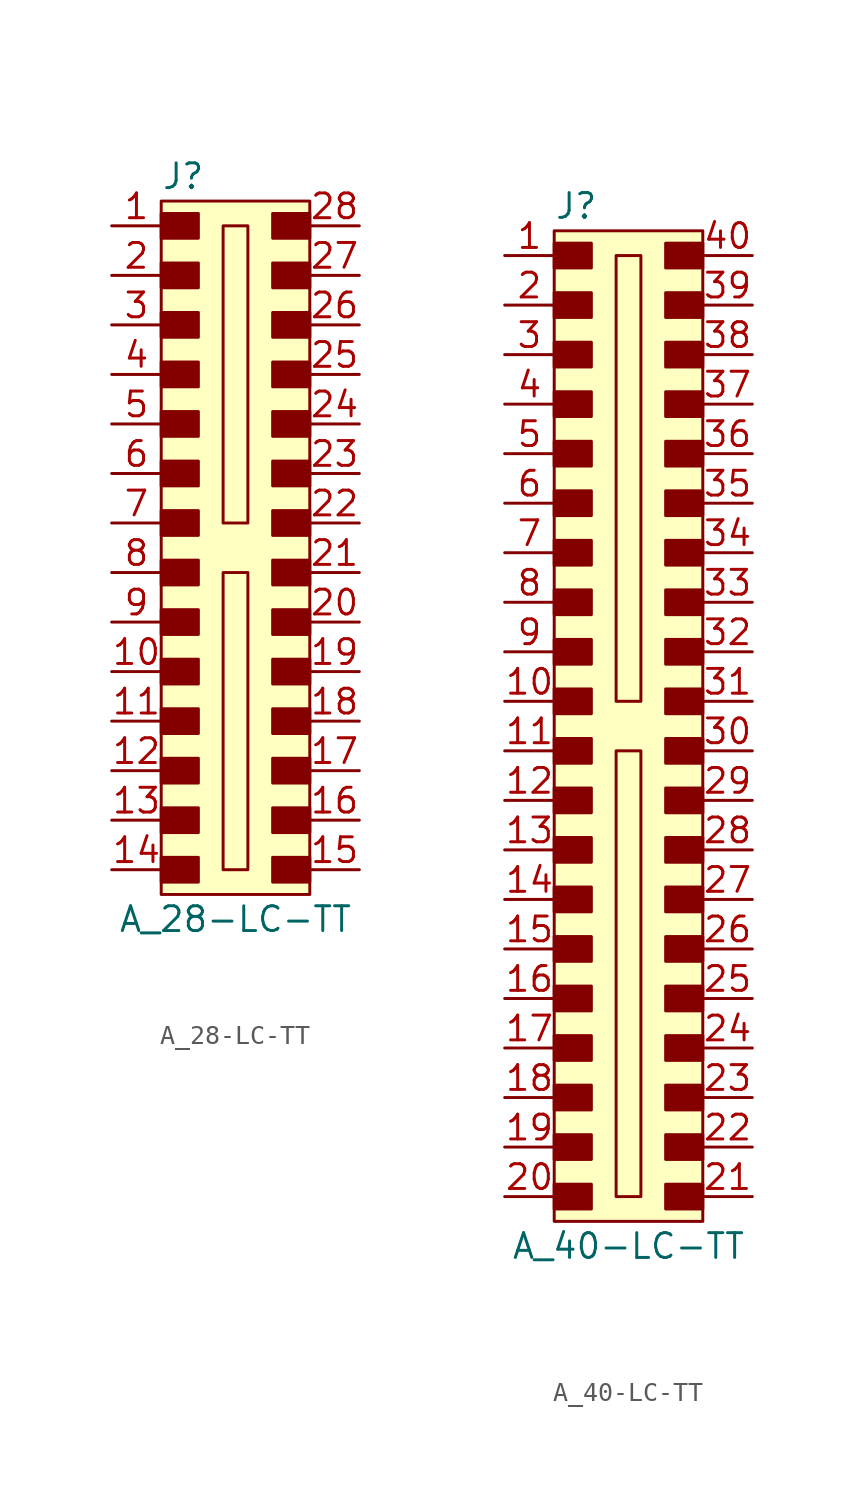
<source format=kicad_sym>
(kicad_symbol_lib
  (version 20201005)
  (generator kicad_symbol_editor)
  (symbol "A_28-LC-TT"
    (pin_names
      (offset 1.016))
    (property "Reference" "J"
      (at -3.81 19.05 0)
      (effects (font (size 1.27 1.27)) (justify left)))
    (property "Value" "A_28-LC-TT"
      (at 0 -19.05 0)
      (effects (font (size 1.27 1.27))))
    (symbol "A_28-LC-TT_1_1"
      (rectangle (start -3.81 -15.875) (end -1.905 -17.145) (stroke (width 0)) (fill (type outline)))
      (rectangle (start -3.81 -13.335) (end -1.905 -14.605) (stroke (width 0)) (fill (type outline)))
      (rectangle (start -3.81 -10.795) (end -1.905 -12.065) (stroke (width 0)) (fill (type outline)))
      (rectangle (start -3.81 -8.255) (end -1.905 -9.525) (stroke (width 0)) (fill (type outline)))
      (rectangle (start -3.81 -5.715) (end -1.905 -6.985) (stroke (width 0)) (fill (type outline)))
      (rectangle (start -3.81 -3.175) (end -1.905 -4.445) (stroke (width 0)) (fill (type outline)))
      (rectangle (start -3.81 -0.635) (end -1.905 -1.905) (stroke (width 0)) (fill (type outline)))
      (rectangle (start -3.81 1.905) (end -1.905 0.635) (stroke (width 0)) (fill (type outline)))
      (rectangle (start -3.81 4.445) (end -1.905 3.175) (stroke (width 0)) (fill (type outline)))
      (rectangle (start -3.81 6.985) (end -1.905 5.715) (stroke (width 0)) (fill (type outline)))
      (rectangle (start -3.81 9.525) (end -1.905 8.255) (stroke (width 0)) (fill (type outline)))
      (rectangle (start -3.81 12.065) (end -1.905 10.795) (stroke (width 0)) (fill (type outline)))
      (rectangle (start -3.81 14.605) (end -1.905 13.335) (stroke (width 0)) (fill (type outline)))
      (rectangle (start -3.81 17.145) (end -1.905 15.875) (stroke (width 0)) (fill (type outline)))
      (rectangle (start -3.81 17.78) (end 3.81 -17.78) (stroke (width 0)) (fill (type background)))
      (rectangle (start -0.635 -1.27) (end 0.635 -16.51) (stroke (width 0)) (fill (type none)))
      (rectangle (start -0.635 16.51) (end 0.635 1.27) (stroke (width 0)) (fill (type none)))
      (rectangle (start 1.905 -15.875) (end 3.81 -17.145) (stroke (width 0)) (fill (type outline)))
      (rectangle (start 1.905 -13.335) (end 3.81 -14.605) (stroke (width 0)) (fill (type outline)))
      (rectangle (start 1.905 -10.795) (end 3.81 -12.065) (stroke (width 0)) (fill (type outline)))
      (rectangle (start 1.905 -8.255) (end 3.81 -9.525) (stroke (width 0)) (fill (type outline)))
      (rectangle (start 1.905 -5.715) (end 3.81 -6.985) (stroke (width 0)) (fill (type outline)))
      (rectangle (start 1.905 -3.175) (end 3.81 -4.445) (stroke (width 0)) (fill (type outline)))
      (rectangle (start 1.905 -0.635) (end 3.81 -1.905) (stroke (width 0)) (fill (type outline)))
      (rectangle (start 1.905 1.905) (end 3.81 0.635) (stroke (width 0)) (fill (type outline)))
      (rectangle (start 1.905 4.445) (end 3.81 3.175) (stroke (width 0)) (fill (type outline)))
      (rectangle (start 1.905 6.985) (end 3.81 5.715) (stroke (width 0)) (fill (type outline)))
      (rectangle (start 1.905 9.525) (end 3.81 8.255) (stroke (width 0)) (fill (type outline)))
      (rectangle (start 1.905 12.065) (end 3.81 10.795) (stroke (width 0)) (fill (type outline)))
      (rectangle (start 1.905 14.605) (end 3.81 13.335) (stroke (width 0)) (fill (type outline)))
      (rectangle (start 1.905 17.145) (end 3.81 15.875) (stroke (width 0)) (fill (type outline)))
      (pin passive line (at -6.35 16.51 0) (length 2.54) (name "~" (effects (font (size 1.27 1.27)))) (number "1" (effects (font (size 1.27 1.27)))))
      (pin passive line (at -6.35 -6.35 0) (length 2.54) (name "~" (effects (font (size 1.27 1.27)))) (number "10" (effects (font (size 1.27 1.27)))))
      (pin passive line (at -6.35 -8.89 0) (length 2.54) (name "~" (effects (font (size 1.27 1.27)))) (number "11" (effects (font (size 1.27 1.27)))))
      (pin passive line (at -6.35 -11.43 0) (length 2.54) (name "~" (effects (font (size 1.27 1.27)))) (number "12" (effects (font (size 1.27 1.27)))))
      (pin passive line (at -6.35 -13.97 0) (length 2.54) (name "~" (effects (font (size 1.27 1.27)))) (number "13" (effects (font (size 1.27 1.27)))))
      (pin passive line (at -6.35 -16.51 0) (length 2.54) (name "~" (effects (font (size 1.27 1.27)))) (number "14" (effects (font (size 1.27 1.27)))))
      (pin passive line (at 6.35 -16.51 180) (length 2.54) (name "~" (effects (font (size 1.27 1.27)))) (number "15" (effects (font (size 1.27 1.27)))))
      (pin passive line (at 6.35 -13.97 180) (length 2.54) (name "~" (effects (font (size 1.27 1.27)))) (number "16" (effects (font (size 1.27 1.27)))))
      (pin passive line (at 6.35 -11.43 180) (length 2.54) (name "~" (effects (font (size 1.27 1.27)))) (number "17" (effects (font (size 1.27 1.27)))))
      (pin passive line (at 6.35 -8.89 180) (length 2.54) (name "~" (effects (font (size 1.27 1.27)))) (number "18" (effects (font (size 1.27 1.27)))))
      (pin passive line (at 6.35 -6.35 180) (length 2.54) (name "~" (effects (font (size 1.27 1.27)))) (number "19" (effects (font (size 1.27 1.27)))))
      (pin passive line (at -6.35 13.97 0) (length 2.54) (name "~" (effects (font (size 1.27 1.27)))) (number "2" (effects (font (size 1.27 1.27)))))
      (pin passive line (at 6.35 -3.81 180) (length 2.54) (name "~" (effects (font (size 1.27 1.27)))) (number "20" (effects (font (size 1.27 1.27)))))
      (pin passive line (at 6.35 -1.27 180) (length 2.54) (name "~" (effects (font (size 1.27 1.27)))) (number "21" (effects (font (size 1.27 1.27)))))
      (pin passive line (at 6.35 1.27 180) (length 2.54) (name "~" (effects (font (size 1.27 1.27)))) (number "22" (effects (font (size 1.27 1.27)))))
      (pin passive line (at 6.35 3.81 180) (length 2.54) (name "~" (effects (font (size 1.27 1.27)))) (number "23" (effects (font (size 1.27 1.27)))))
      (pin passive line (at 6.35 6.35 180) (length 2.54) (name "~" (effects (font (size 1.27 1.27)))) (number "24" (effects (font (size 1.27 1.27)))))
      (pin passive line (at 6.35 8.89 180) (length 2.54) (name "~" (effects (font (size 1.27 1.27)))) (number "25" (effects (font (size 1.27 1.27)))))
      (pin passive line (at 6.35 11.43 180) (length 2.54) (name "~" (effects (font (size 1.27 1.27)))) (number "26" (effects (font (size 1.27 1.27)))))
      (pin passive line (at 6.35 13.97 180) (length 2.54) (name "~" (effects (font (size 1.27 1.27)))) (number "27" (effects (font (size 1.27 1.27)))))
      (pin passive line (at 6.35 16.51 180) (length 2.54) (name "~" (effects (font (size 1.27 1.27)))) (number "28" (effects (font (size 1.27 1.27)))))
      (pin passive line (at -6.35 11.43 0) (length 2.54) (name "~" (effects (font (size 1.27 1.27)))) (number "3" (effects (font (size 1.27 1.27)))))
      (pin passive line (at -6.35 8.89 0) (length 2.54) (name "~" (effects (font (size 1.27 1.27)))) (number "4" (effects (font (size 1.27 1.27)))))
      (pin passive line (at -6.35 6.35 0) (length 2.54) (name "~" (effects (font (size 1.27 1.27)))) (number "5" (effects (font (size 1.27 1.27)))))
      (pin passive line (at -6.35 3.81 0) (length 2.54) (name "~" (effects (font (size 1.27 1.27)))) (number "6" (effects (font (size 1.27 1.27)))))
      (pin passive line (at -6.35 1.27 0) (length 2.54) (name "~" (effects (font (size 1.27 1.27)))) (number "7" (effects (font (size 1.27 1.27)))))
      (pin passive line (at -6.35 -1.27 0) (length 2.54) (name "~" (effects (font (size 1.27 1.27)))) (number "8" (effects (font (size 1.27 1.27)))))
      (pin passive line (at -6.35 -3.81 0) (length 2.54) (name "~" (effects (font (size 1.27 1.27)))) (number "9" (effects (font (size 1.27 1.27)))))))
  (symbol "A_40-LC-TT"
    (pin_names
      (offset 1.016))
    (property "Reference" "J"
      (at -3.81 25.4 0)
      (effects (font (size 1.27 1.27)) (justify left)))
    (property "Value" "A_40-LC-TT"
      (at 0 -27.94 0)
      (effects (font (size 1.27 1.27))))
    (symbol "A_40-LC-TT_1_1"
      (rectangle (start -3.81 -24.765) (end -1.905 -26.035) (stroke (width 0)) (fill (type outline)))
      (rectangle (start -3.81 -22.225) (end -1.905 -23.495) (stroke (width 0)) (fill (type outline)))
      (rectangle (start -3.81 -19.685) (end -1.905 -20.955) (stroke (width 0)) (fill (type outline)))
      (rectangle (start -3.81 -17.145) (end -1.905 -18.415) (stroke (width 0)) (fill (type outline)))
      (rectangle (start -3.81 -14.605) (end -1.905 -15.875) (stroke (width 0)) (fill (type outline)))
      (rectangle (start -3.81 -12.065) (end -1.905 -13.335) (stroke (width 0)) (fill (type outline)))
      (rectangle (start -3.81 -9.525) (end -1.905 -10.795) (stroke (width 0)) (fill (type outline)))
      (rectangle (start -3.81 -6.985) (end -1.905 -8.255) (stroke (width 0)) (fill (type outline)))
      (rectangle (start -3.81 -4.445) (end -1.905 -5.715) (stroke (width 0)) (fill (type outline)))
      (rectangle (start -3.81 -1.905) (end -1.905 -3.175) (stroke (width 0)) (fill (type outline)))
      (rectangle (start -3.81 0.635) (end -1.905 -0.635) (stroke (width 0)) (fill (type outline)))
      (rectangle (start -3.81 3.175) (end -1.905 1.905) (stroke (width 0)) (fill (type outline)))
      (rectangle (start -3.81 5.715) (end -1.905 4.445) (stroke (width 0)) (fill (type outline)))
      (rectangle (start -3.81 8.255) (end -1.905 6.985) (stroke (width 0)) (fill (type outline)))
      (rectangle (start -3.81 10.795) (end -1.905 9.525) (stroke (width 0)) (fill (type outline)))
      (rectangle (start -3.81 13.335) (end -1.905 12.065) (stroke (width 0)) (fill (type outline)))
      (rectangle (start -3.81 15.875) (end -1.905 14.605) (stroke (width 0)) (fill (type outline)))
      (rectangle (start -3.81 18.415) (end -1.905 17.145) (stroke (width 0)) (fill (type outline)))
      (rectangle (start -3.81 20.955) (end -1.905 19.685) (stroke (width 0)) (fill (type outline)))
      (rectangle (start -3.81 23.495) (end -1.905 22.225) (stroke (width 0)) (fill (type outline)))
      (rectangle (start -3.81 24.13) (end 3.81 -26.67) (stroke (width 0)) (fill (type background)))
      (rectangle (start -0.635 -2.54) (end 0.635 -25.4) (stroke (width 0)) (fill (type none)))
      (rectangle (start -0.635 22.86) (end 0.635 0) (stroke (width 0)) (fill (type none)))
      (rectangle (start 1.905 -24.765) (end 3.81 -26.035) (stroke (width 0)) (fill (type outline)))
      (rectangle (start 1.905 -22.225) (end 3.81 -23.495) (stroke (width 0)) (fill (type outline)))
      (rectangle (start 1.905 -19.685) (end 3.81 -20.955) (stroke (width 0)) (fill (type outline)))
      (rectangle (start 1.905 -17.145) (end 3.81 -18.415) (stroke (width 0)) (fill (type outline)))
      (rectangle (start 1.905 -14.605) (end 3.81 -15.875) (stroke (width 0)) (fill (type outline)))
      (rectangle (start 1.905 -12.065) (end 3.81 -13.335) (stroke (width 0)) (fill (type outline)))
      (rectangle (start 1.905 -9.525) (end 3.81 -10.795) (stroke (width 0)) (fill (type outline)))
      (rectangle (start 1.905 -6.985) (end 3.81 -8.255) (stroke (width 0)) (fill (type outline)))
      (rectangle (start 1.905 -4.445) (end 3.81 -5.715) (stroke (width 0)) (fill (type outline)))
      (rectangle (start 1.905 -1.905) (end 3.81 -3.175) (stroke (width 0)) (fill (type outline)))
      (rectangle (start 1.905 0.635) (end 3.81 -0.635) (stroke (width 0)) (fill (type outline)))
      (rectangle (start 1.905 3.175) (end 3.81 1.905) (stroke (width 0)) (fill (type outline)))
      (rectangle (start 1.905 5.715) (end 3.81 4.445) (stroke (width 0)) (fill (type outline)))
      (rectangle (start 1.905 8.255) (end 3.81 6.985) (stroke (width 0)) (fill (type outline)))
      (rectangle (start 1.905 10.795) (end 3.81 9.525) (stroke (width 0)) (fill (type outline)))
      (rectangle (start 1.905 13.335) (end 3.81 12.065) (stroke (width 0)) (fill (type outline)))
      (rectangle (start 1.905 15.875) (end 3.81 14.605) (stroke (width 0)) (fill (type outline)))
      (rectangle (start 1.905 18.415) (end 3.81 17.145) (stroke (width 0)) (fill (type outline)))
      (rectangle (start 1.905 20.955) (end 3.81 19.685) (stroke (width 0)) (fill (type outline)))
      (rectangle (start 1.905 23.495) (end 3.81 22.225) (stroke (width 0)) (fill (type outline)))
      (pin passive line (at -6.35 22.86 0) (length 2.54) (name "~" (effects (font (size 1.27 1.27)))) (number "1" (effects (font (size 1.27 1.27)))))
      (pin passive line (at -6.35 0 0) (length 2.54) (name "~" (effects (font (size 1.27 1.27)))) (number "10" (effects (font (size 1.27 1.27)))))
      (pin passive line (at -6.35 -2.54 0) (length 2.54) (name "~" (effects (font (size 1.27 1.27)))) (number "11" (effects (font (size 1.27 1.27)))))
      (pin passive line (at -6.35 -5.08 0) (length 2.54) (name "~" (effects (font (size 1.27 1.27)))) (number "12" (effects (font (size 1.27 1.27)))))
      (pin passive line (at -6.35 -7.62 0) (length 2.54) (name "~" (effects (font (size 1.27 1.27)))) (number "13" (effects (font (size 1.27 1.27)))))
      (pin passive line (at -6.35 -10.16 0) (length 2.54) (name "~" (effects (font (size 1.27 1.27)))) (number "14" (effects (font (size 1.27 1.27)))))
      (pin passive line (at -6.35 -12.7 0) (length 2.54) (name "~" (effects (font (size 1.27 1.27)))) (number "15" (effects (font (size 1.27 1.27)))))
      (pin passive line (at -6.35 -15.24 0) (length 2.54) (name "~" (effects (font (size 1.27 1.27)))) (number "16" (effects (font (size 1.27 1.27)))))
      (pin passive line (at -6.35 -17.78 0) (length 2.54) (name "~" (effects (font (size 1.27 1.27)))) (number "17" (effects (font (size 1.27 1.27)))))
      (pin passive line (at -6.35 -20.32 0) (length 2.54) (name "~" (effects (font (size 1.27 1.27)))) (number "18" (effects (font (size 1.27 1.27)))))
      (pin passive line (at -6.35 -22.86 0) (length 2.54) (name "~" (effects (font (size 1.27 1.27)))) (number "19" (effects (font (size 1.27 1.27)))))
      (pin passive line (at -6.35 20.32 0) (length 2.54) (name "~" (effects (font (size 1.27 1.27)))) (number "2" (effects (font (size 1.27 1.27)))))
      (pin passive line (at -6.35 -25.4 0) (length 2.54) (name "~" (effects (font (size 1.27 1.27)))) (number "20" (effects (font (size 1.27 1.27)))))
      (pin passive line (at 6.35 -25.4 180) (length 2.54) (name "~" (effects (font (size 1.27 1.27)))) (number "21" (effects (font (size 1.27 1.27)))))
      (pin passive line (at 6.35 -22.86 180) (length 2.54) (name "~" (effects (font (size 1.27 1.27)))) (number "22" (effects (font (size 1.27 1.27)))))
      (pin passive line (at 6.35 -20.32 180) (length 2.54) (name "~" (effects (font (size 1.27 1.27)))) (number "23" (effects (font (size 1.27 1.27)))))
      (pin passive line (at 6.35 -17.78 180) (length 2.54) (name "~" (effects (font (size 1.27 1.27)))) (number "24" (effects (font (size 1.27 1.27)))))
      (pin passive line (at 6.35 -15.24 180) (length 2.54) (name "~" (effects (font (size 1.27 1.27)))) (number "25" (effects (font (size 1.27 1.27)))))
      (pin passive line (at 6.35 -12.7 180) (length 2.54) (name "~" (effects (font (size 1.27 1.27)))) (number "26" (effects (font (size 1.27 1.27)))))
      (pin passive line (at 6.35 -10.16 180) (length 2.54) (name "~" (effects (font (size 1.27 1.27)))) (number "27" (effects (font (size 1.27 1.27)))))
      (pin passive line (at 6.35 -7.62 180) (length 2.54) (name "~" (effects (font (size 1.27 1.27)))) (number "28" (effects (font (size 1.27 1.27)))))
      (pin passive line (at 6.35 -5.08 180) (length 2.54) (name "~" (effects (font (size 1.27 1.27)))) (number "29" (effects (font (size 1.27 1.27)))))
      (pin passive line (at -6.35 17.78 0) (length 2.54) (name "~" (effects (font (size 1.27 1.27)))) (number "3" (effects (font (size 1.27 1.27)))))
      (pin passive line (at 6.35 -2.54 180) (length 2.54) (name "~" (effects (font (size 1.27 1.27)))) (number "30" (effects (font (size 1.27 1.27)))))
      (pin passive line (at 6.35 0 180) (length 2.54) (name "~" (effects (font (size 1.27 1.27)))) (number "31" (effects (font (size 1.27 1.27)))))
      (pin passive line (at 6.35 2.54 180) (length 2.54) (name "~" (effects (font (size 1.27 1.27)))) (number "32" (effects (font (size 1.27 1.27)))))
      (pin passive line (at 6.35 5.08 180) (length 2.54) (name "~" (effects (font (size 1.27 1.27)))) (number "33" (effects (font (size 1.27 1.27)))))
      (pin passive line (at 6.35 7.62 180) (length 2.54) (name "~" (effects (font (size 1.27 1.27)))) (number "34" (effects (font (size 1.27 1.27)))))
      (pin passive line (at 6.35 10.16 180) (length 2.54) (name "~" (effects (font (size 1.27 1.27)))) (number "35" (effects (font (size 1.27 1.27)))))
      (pin passive line (at 6.35 12.7 180) (length 2.54) (name "~" (effects (font (size 1.27 1.27)))) (number "36" (effects (font (size 1.27 1.27)))))
      (pin passive line (at 6.35 15.24 180) (length 2.54) (name "~" (effects (font (size 1.27 1.27)))) (number "37" (effects (font (size 1.27 1.27)))))
      (pin passive line (at 6.35 17.78 180) (length 2.54) (name "~" (effects (font (size 1.27 1.27)))) (number "38" (effects (font (size 1.27 1.27)))))
      (pin passive line (at 6.35 20.32 180) (length 2.54) (name "~" (effects (font (size 1.27 1.27)))) (number "39" (effects (font (size 1.27 1.27)))))
      (pin passive line (at -6.35 15.24 0) (length 2.54) (name "~" (effects (font (size 1.27 1.27)))) (number "4" (effects (font (size 1.27 1.27)))))
      (pin passive line (at 6.35 22.86 180) (length 2.54) (name "~" (effects (font (size 1.27 1.27)))) (number "40" (effects (font (size 1.27 1.27)))))
      (pin passive line (at -6.35 12.7 0) (length 2.54) (name "~" (effects (font (size 1.27 1.27)))) (number "5" (effects (font (size 1.27 1.27)))))
      (pin passive line (at -6.35 10.16 0) (length 2.54) (name "~" (effects (font (size 1.27 1.27)))) (number "6" (effects (font (size 1.27 1.27)))))
      (pin passive line (at -6.35 7.62 0) (length 2.54) (name "~" (effects (font (size 1.27 1.27)))) (number "7" (effects (font (size 1.27 1.27)))))
      (pin passive line (at -6.35 5.08 0) (length 2.54) (name "~" (effects (font (size 1.27 1.27)))) (number "8" (effects (font (size 1.27 1.27)))))
      (pin passive line (at -6.35 2.54 0) (length 2.54) (name "~" (effects (font (size 1.27 1.27)))) (number "9" (effects (font (size 1.27 1.27))))))))
</source>
